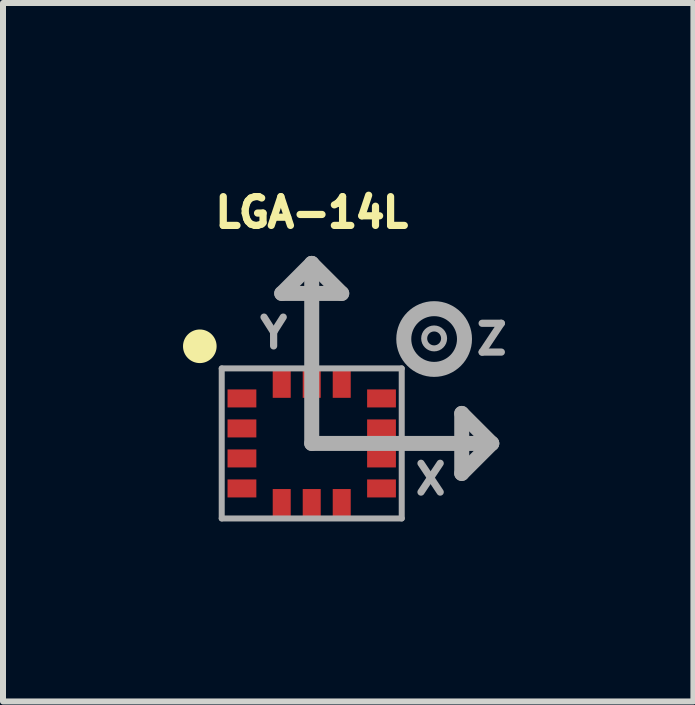
<source format=kicad_pcb>
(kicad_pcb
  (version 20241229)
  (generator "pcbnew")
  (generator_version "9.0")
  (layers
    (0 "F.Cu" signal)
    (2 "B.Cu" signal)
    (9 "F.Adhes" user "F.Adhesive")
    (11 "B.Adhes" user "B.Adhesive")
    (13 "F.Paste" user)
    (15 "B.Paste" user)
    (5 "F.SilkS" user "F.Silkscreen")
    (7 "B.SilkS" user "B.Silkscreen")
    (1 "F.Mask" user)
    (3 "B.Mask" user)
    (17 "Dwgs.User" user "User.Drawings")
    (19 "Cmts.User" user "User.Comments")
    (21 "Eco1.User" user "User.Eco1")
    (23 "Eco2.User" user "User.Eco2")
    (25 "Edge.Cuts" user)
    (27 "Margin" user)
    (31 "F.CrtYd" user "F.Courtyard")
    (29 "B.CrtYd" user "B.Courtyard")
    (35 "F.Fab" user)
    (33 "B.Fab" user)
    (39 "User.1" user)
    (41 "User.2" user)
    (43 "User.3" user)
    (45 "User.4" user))
  (footprint "LGA-14L"
    (layer "F.Cu")
    (at 2.145 4.34)
    (property "Reference" "LGA-14L" (at 0 -3.849 0) (layer "F.SilkS") (effects (font (size 0.48 0.48) (thickness 0.15))))
    (attr smd)
    (fp_circle (center -1.865 -1.619) (end -1.585 -1.619) (stroke (width 0) (type solid)) (fill yes) (layer "F.SilkS"))
    (fp_line (start -1.5 -1.25) (end 1.5 -1.25) (stroke (width 0.1) (type solid)) (layer "F.Fab"))
    (fp_line (start -1.5 1.25) (end -1.5 -1.25) (stroke (width 0.1) (type solid)) (layer "F.Fab"))
    (fp_line (start -0.5 -2.5) (end 0.5 -2.5) (stroke (width 0.25) (type solid)) (layer "F.Fab"))
    (fp_line (start 0 -3) (end -0.5 -2.5) (stroke (width 0.25) (type solid)) (layer "F.Fab"))
    (fp_line (start 0 0) (end 0 -3) (stroke (width 0.25) (type solid)) (layer "F.Fab"))
    (fp_line (start 0 0) (end 3 0) (stroke (width 0.25) (type solid)) (layer "F.Fab"))
    (fp_line (start 0.5 -2.5) (end 0 -3) (stroke (width 0.25) (type solid)) (layer "F.Fab"))
    (fp_line (start 1.5 -1.25) (end 1.5 1.25) (stroke (width 0.1) (type solid)) (layer "F.Fab"))
    (fp_line (start 1.5 1.25) (end -1.5 1.25) (stroke (width 0.1) (type solid)) (layer "F.Fab"))
    (fp_line (start 2.5 -0.5) (end 2.5 0.5) (stroke (width 0.25) (type solid)) (layer "F.Fab"))
    (fp_line (start 2.5 0.5) (end 3 0) (stroke (width 0.25) (type solid)) (layer "F.Fab"))
    (fp_line (start 3 0) (end 2.5 -0.5) (stroke (width 0.25) (type solid)) (layer "F.Fab"))
    (fp_circle (center 2.04 -1.75) (end 2.206 -1.75) (stroke (width 0.1) (type solid)) (fill no) (layer "F.Fab"))
    (fp_circle (center 2.04 -1.74) (end 2.546 -1.74) (stroke (width 0.25) (type solid)) (fill no) (layer "F.Fab"))
    (fp_text user "Y" (at -0.635 -1.841 0) (layer "F.Fab") (effects (font (size 0.48 0.48) (thickness 0.15))))
    (fp_text user "X" (at 1.981 0.595 0) (layer "F.Fab") (effects (font (size 0.48 0.48) (thickness 0.15))))
    (fp_text user "Z" (at 3 -1.738 0) (layer "F.Fab") (effects (font (size 0.48 0.48) (thickness 0.15))))
    (pad "1" smd rect (at -1.163 -0.75) (size 0.48 0.3) (layers "F.Cu" "F.Mask" "F.Paste"))
    (pad "2" smd rect (at -1.163 -0.25) (size 0.48 0.3) (layers "F.Cu" "F.Mask" "F.Paste"))
    (pad "3" smd rect (at -1.163 0.25) (size 0.48 0.3) (layers "F.Cu" "F.Mask" "F.Paste"))
    (pad "4" smd rect (at -1.163 0.75) (size 0.48 0.3) (layers "F.Cu" "F.Mask" "F.Paste"))
    (pad "5" smd rect (at -0.5 1) (size 0.3 0.48) (layers "F.Cu" "F.Mask" "F.Paste"))
    (pad "6" smd rect (at 0 1) (size 0.3 0.48) (layers "F.Cu" "F.Mask" "F.Paste"))
    (pad "7" smd rect (at 0.5 1) (size 0.3 0.48) (layers "F.Cu" "F.Mask" "F.Paste"))
    (pad "8" smd rect (at 1.163 0.75 180) (size 0.48 0.3) (layers "F.Cu" "F.Mask" "F.Paste"))
    (pad "9" smd rect (at 1.163 0.25 180) (size 0.48 0.3) (layers "F.Cu" "F.Mask" "F.Paste"))
    (pad "10" smd rect (at 1.163 -0.25 180) (size 0.48 0.3) (layers "F.Cu" "F.Mask" "F.Paste"))
    (pad "11" smd rect (at 1.163 -0.75 180) (size 0.48 0.3) (layers "F.Cu" "F.Mask" "F.Paste"))
    (pad "12" smd rect (at 0.5 -1 180) (size 0.3 0.48) (layers "F.Cu" "F.Mask" "F.Paste"))
    (pad "13" smd rect (at 0 -1 180) (size 0.3 0.48) (layers "F.Cu" "F.Mask" "F.Paste"))
    (pad "14" smd rect (at -0.5 -1 180) (size 0.3 0.48) (layers "F.Cu" "F.Mask" "F.Paste")))
  (gr_rect
    (start -3 -3)
    (end 8.506 8.64)
    (stroke (width 0.1) (type default))
    (fill no)
    (layer "Edge.Cuts")))
</source>
